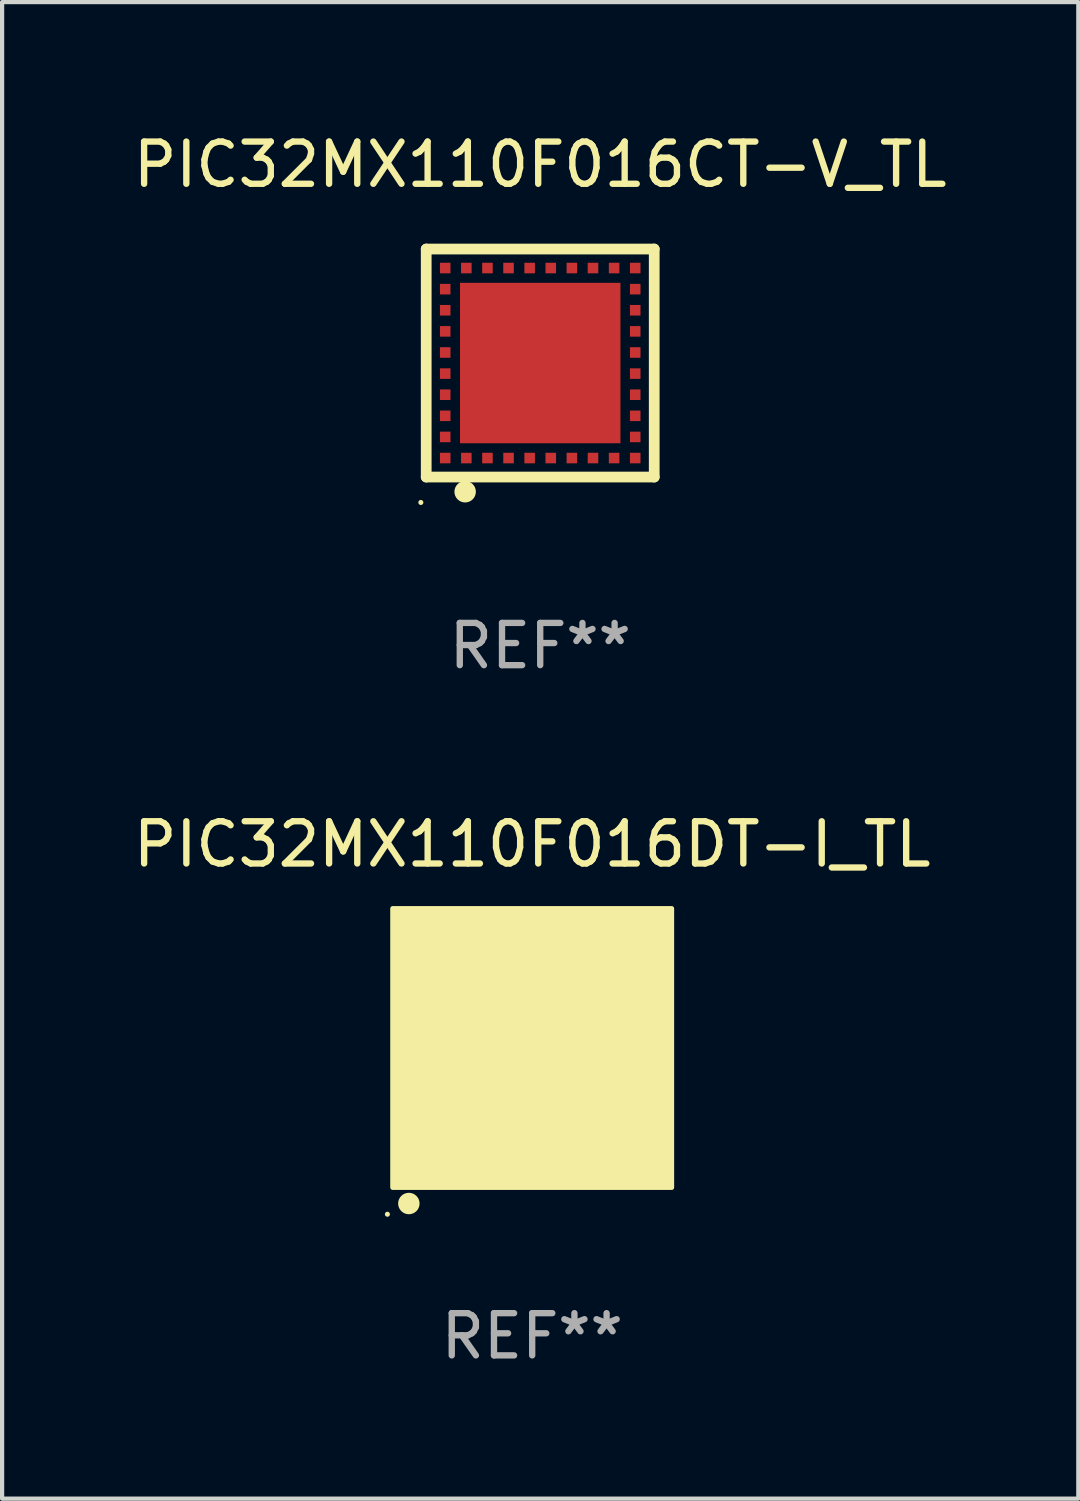
<source format=kicad_pcb>
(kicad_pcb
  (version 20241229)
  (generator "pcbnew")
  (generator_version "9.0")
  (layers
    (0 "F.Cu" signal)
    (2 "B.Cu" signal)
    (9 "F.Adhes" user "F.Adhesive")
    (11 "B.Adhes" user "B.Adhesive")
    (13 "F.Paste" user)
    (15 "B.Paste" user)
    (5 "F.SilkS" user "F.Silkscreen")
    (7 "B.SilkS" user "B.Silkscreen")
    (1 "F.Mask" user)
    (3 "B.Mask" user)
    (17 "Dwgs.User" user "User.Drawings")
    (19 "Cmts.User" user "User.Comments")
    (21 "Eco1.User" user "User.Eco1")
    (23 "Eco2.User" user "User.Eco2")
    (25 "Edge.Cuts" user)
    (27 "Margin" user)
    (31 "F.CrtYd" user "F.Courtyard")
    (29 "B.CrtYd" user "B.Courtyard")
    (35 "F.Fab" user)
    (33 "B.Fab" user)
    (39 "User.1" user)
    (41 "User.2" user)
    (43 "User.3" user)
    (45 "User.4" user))
  (footprint "PIC32MX110F016CT-V_TL"
    (layer "F.Cu")
    (at 9.744 5.548)
    (property "Reference" "PIC32MX110F016CT-V_TL" (at 0 -4.7 0) (layer "F.SilkS") (effects (font (size 1 1) (thickness 0.15))))
    (attr through_hole)
    (fp_line (start -2.7 -2.7) (end 2.7 -2.7) (stroke (width 0.254) (type solid)) (layer "F.SilkS"))
    (fp_line (start -2.7 2.7) (end -2.7 -2.7) (stroke (width 0.254) (type solid)) (layer "F.SilkS"))
    (fp_line (start 2.7 -2.7) (end 2.7 2.7) (stroke (width 0.254) (type solid)) (layer "F.SilkS"))
    (fp_line (start 2.7 2.7) (end -2.7 2.7) (stroke (width 0.254) (type solid)) (layer "F.SilkS"))
    (fp_circle (center -2.827 3.302) (end -2.797 3.302) (stroke (width 0.06) (type solid)) (fill no) (layer "F.SilkS"))
    (fp_circle (center -1.778 3.048) (end -1.651 3.048) (stroke (width 0.254) (type solid)) (fill no) (layer "F.SilkS"))
    (fp_text user "REF**" (at 0 6.7 0) (layer "F.Fab") (effects (font (size 1 1) (thickness 0.15))))
    (pad "1" smd rect (at -1.75 2.25) (size 0.25 0.25) (layers "F.Cu" "F.Mask" "F.Paste"))
    (pad "2" smd rect (at -1.25 2.25) (size 0.25 0.25) (layers "F.Cu" "F.Mask" "F.Paste"))
    (pad "3" smd rect (at -0.75 2.25) (size 0.25 0.25) (layers "F.Cu" "F.Mask" "F.Paste"))
    (pad "4" smd rect (at -0.25 2.25) (size 0.25 0.25) (layers "F.Cu" "F.Mask" "F.Paste"))
    (pad "5" smd rect (at 0.25 2.25) (size 0.25 0.25) (layers "F.Cu" "F.Mask" "F.Paste"))
    (pad "6" smd rect (at 0.75 2.25) (size 0.25 0.25) (layers "F.Cu" "F.Mask" "F.Paste"))
    (pad "7" smd rect (at 1.25 2.25) (size 0.25 0.25) (layers "F.Cu" "F.Mask" "F.Paste"))
    (pad "8" smd rect (at 1.75 2.25) (size 0.25 0.25) (layers "F.Cu" "F.Mask" "F.Paste"))
    (pad "9" smd rect (at 2.25 2.25) (size 0.25 0.25) (layers "F.Cu" "F.Mask" "F.Paste"))
    (pad "10" smd rect (at 2.25 1.75) (size 0.25 0.25) (layers "F.Cu" "F.Mask" "F.Paste"))
    (pad "11" smd rect (at 2.25 1.25) (size 0.25 0.25) (layers "F.Cu" "F.Mask" "F.Paste"))
    (pad "12" smd rect (at 2.25 0.75) (size 0.25 0.25) (layers "F.Cu" "F.Mask" "F.Paste"))
    (pad "13" smd rect (at 2.25 0.25) (size 0.25 0.25) (layers "F.Cu" "F.Mask" "F.Paste"))
    (pad "14" smd rect (at 2.25 -0.25) (size 0.25 0.25) (layers "F.Cu" "F.Mask" "F.Paste"))
    (pad "15" smd rect (at 2.25 -0.75) (size 0.25 0.25) (layers "F.Cu" "F.Mask" "F.Paste"))
    (pad "16" smd rect (at 2.25 -1.25) (size 0.25 0.25) (layers "F.Cu" "F.Mask" "F.Paste"))
    (pad "17" smd rect (at 2.25 -1.75) (size 0.25 0.25) (layers "F.Cu" "F.Mask" "F.Paste"))
    (pad "18" smd rect (at 2.25 -2.25) (size 0.25 0.25) (layers "F.Cu" "F.Mask" "F.Paste"))
    (pad "19" smd rect (at 1.75 -2.25) (size 0.25 0.25) (layers "F.Cu" "F.Mask" "F.Paste"))
    (pad "20" smd rect (at 1.25 -2.25) (size 0.25 0.25) (layers "F.Cu" "F.Mask" "F.Paste"))
    (pad "21" smd rect (at 0.75 -2.25) (size 0.25 0.25) (layers "F.Cu" "F.Mask" "F.Paste"))
    (pad "22" smd rect (at 0.25 -2.25) (size 0.25 0.25) (layers "F.Cu" "F.Mask" "F.Paste"))
    (pad "23" smd rect (at -0.25 -2.25) (size 0.25 0.25) (layers "F.Cu" "F.Mask" "F.Paste"))
    (pad "24" smd rect (at -0.75 -2.25) (size 0.25 0.25) (layers "F.Cu" "F.Mask" "F.Paste"))
    (pad "25" smd rect (at -1.25 -2.25) (size 0.25 0.25) (layers "F.Cu" "F.Mask" "F.Paste"))
    (pad "26" smd rect (at -1.75 -2.25) (size 0.25 0.25) (layers "F.Cu" "F.Mask" "F.Paste"))
    (pad "27" smd rect (at -2.25 -2.25) (size 0.25 0.25) (layers "F.Cu" "F.Mask" "F.Paste"))
    (pad "28" smd rect (at -2.25 -1.75) (size 0.25 0.25) (layers "F.Cu" "F.Mask" "F.Paste"))
    (pad "29" smd rect (at -2.25 -1.25) (size 0.25 0.25) (layers "F.Cu" "F.Mask" "F.Paste"))
    (pad "30" smd rect (at -2.25 -0.75) (size 0.25 0.25) (layers "F.Cu" "F.Mask" "F.Paste"))
    (pad "31" smd rect (at -2.25 -0.25) (size 0.25 0.25) (layers "F.Cu" "F.Mask" "F.Paste"))
    (pad "32" smd rect (at -2.25 0.25) (size 0.25 0.25) (layers "F.Cu" "F.Mask" "F.Paste"))
    (pad "33" smd rect (at -2.25 0.75) (size 0.25 0.25) (layers "F.Cu" "F.Mask" "F.Paste"))
    (pad "34" smd rect (at -2.25 1.25) (size 0.25 0.25) (layers "F.Cu" "F.Mask" "F.Paste"))
    (pad "35" smd rect (at -2.25 1.75) (size 0.25 0.25) (layers "F.Cu" "F.Mask" "F.Paste"))
    (pad "36" smd rect (at -2.25 2.25) (size 0.25 0.25) (layers "F.Cu" "F.Mask" "F.Paste"))
    (pad "37" smd rect (at 0.000127 -0.000076) (size 3.8 3.8) (layers "F.Cu" "F.Mask" "F.Paste")))
  (footprint "PIC32MX110F016DT-I_TL"
    (layer "F.Cu")
    (at 9.554 21.77)
    (property "Reference" "PIC32MX110F016DT-I_TL" (at 0 -4.825 0) (layer "F.SilkS") (effects (font (size 1 1) (thickness 0.15))))
    (attr through_hole)
    (fp_circle (center -3.429 3.937) (end -3.399 3.937) (stroke (width 0.06) (type solid)) (fill no) (layer "F.SilkS"))
    (fp_circle (center -2.921 3.683) (end -2.794 3.683) (stroke (width 0.254) (type solid)) (fill no) (layer "F.SilkS"))
    (fp_poly (pts (xy -3.302 -3.302) (xy 3.302 -3.302) (xy 3.302 3.302) (xy -3.302 3.302)) (stroke (width 0.12) (type solid)) (fill yes) (layer "F.SilkS"))
    (fp_text user "REF**" (at 0 6.825 0) (layer "F.Fab") (effects (font (size 1 1) (thickness 0.15))))
    (pad "1" smd rect (at -2.25 2.825) (size 0.3 0.45) (layers "F.Cu" "F.Mask" "F.Paste"))
    (pad "2" smd rect (at -1.75 2.825) (size 0.3 0.45) (layers "F.Cu" "F.Mask" "F.Paste"))
    (pad "3" smd rect (at -1.25 2.825) (size 0.3 0.45) (layers "F.Cu" "F.Mask" "F.Paste"))
    (pad "4" smd rect (at -0.75 2.825) (size 0.3 0.45) (layers "F.Cu" "F.Mask" "F.Paste"))
    (pad "5" smd rect (at -0.25 2.825) (size 0.3 0.45) (layers "F.Cu" "F.Mask" "F.Paste"))
    (pad "6" smd rect (at 0.25 2.825) (size 0.3 0.45) (layers "F.Cu" "F.Mask" "F.Paste"))
    (pad "7" smd rect (at 0.75 2.825) (size 0.3 0.45) (layers "F.Cu" "F.Mask" "F.Paste"))
    (pad "8" smd rect (at 1.25 2.825) (size 0.3 0.45) (layers "F.Cu" "F.Mask" "F.Paste"))
    (pad "9" smd rect (at 1.75 2.825) (size 0.3 0.45) (layers "F.Cu" "F.Mask" "F.Paste"))
    (pad "10" smd rect (at 2.25 2.825) (size 0.3 0.45) (layers "F.Cu" "F.Mask" "F.Paste"))
    (pad "11" smd rect (at 2.825 2.825 90) (size 0.45 0.45) (layers "F.Cu" "F.Mask" "F.Paste"))
    (pad "12" smd rect (at 2.825 2.25 90) (size 0.3 0.45) (layers "F.Cu" "F.Mask" "F.Paste"))
    (pad "13" smd rect (at 2.825 1.75 90) (size 0.3 0.45) (layers "F.Cu" "F.Mask" "F.Paste"))
    (pad "14" smd rect (at 2.825 1.25 90) (size 0.3 0.45) (layers "F.Cu" "F.Mask" "F.Paste"))
    (pad "15" smd rect (at 2.825 0.75 90) (size 0.3 0.45) (layers "F.Cu" "F.Mask" "F.Paste"))
    (pad "16" smd rect (at 2.825 0.25 90) (size 0.3 0.45) (layers "F.Cu" "F.Mask" "F.Paste"))
    (pad "17" smd rect (at 2.825 -0.25 90) (size 0.3 0.45) (layers "F.Cu" "F.Mask" "F.Paste"))
    (pad "18" smd rect (at 2.825 -0.75 90) (size 0.3 0.45) (layers "F.Cu" "F.Mask" "F.Paste"))
    (pad "19" smd rect (at 2.825 -1.25 90) (size 0.3 0.45) (layers "F.Cu" "F.Mask" "F.Paste"))
    (pad "20" smd rect (at 2.825 -1.75 90) (size 0.3 0.45) (layers "F.Cu" "F.Mask" "F.Paste"))
    (pad "21" smd rect (at 2.825 -2.25 90) (size 0.3 0.45) (layers "F.Cu" "F.Mask" "F.Paste"))
    (pad "22" smd rect (at 2.825 -2.825 90) (size 0.45 0.45) (layers "F.Cu" "F.Mask" "F.Paste"))
    (pad "23" smd rect (at 2.25 -2.825) (size 0.3 0.45) (layers "F.Cu" "F.Mask" "F.Paste"))
    (pad "24" smd rect (at 1.75 -2.825) (size 0.3 0.45) (layers "F.Cu" "F.Mask" "F.Paste"))
    (pad "25" smd rect (at 1.25 -2.825) (size 0.3 0.45) (layers "F.Cu" "F.Mask" "F.Paste"))
    (pad "26" smd rect (at 0.75 -2.825) (size 0.3 0.45) (layers "F.Cu" "F.Mask" "F.Paste"))
    (pad "27" smd rect (at 0.25 -2.825) (size 0.3 0.45) (layers "F.Cu" "F.Mask" "F.Paste"))
    (pad "28" smd rect (at -0.25 -2.825) (size 0.3 0.45) (layers "F.Cu" "F.Mask" "F.Paste"))
    (pad "29" smd rect (at -0.75 -2.825) (size 0.3 0.45) (layers "F.Cu" "F.Mask" "F.Paste"))
    (pad "30" smd rect (at -1.25 -2.825) (size 0.3 0.45) (layers "F.Cu" "F.Mask" "F.Paste"))
    (pad "31" smd rect (at -1.75 -2.825) (size 0.3 0.45) (layers "F.Cu" "F.Mask" "F.Paste"))
    (pad "32" smd rect (at -2.25 -2.825) (size 0.3 0.45) (layers "F.Cu" "F.Mask" "F.Paste"))
    (pad "33" smd rect (at -2.825 -2.825 90) (size 0.45 0.45) (layers "F.Cu" "F.Mask" "F.Paste"))
    (pad "34" smd rect (at -2.825 -2.25 90) (size 0.3 0.45) (layers "F.Cu" "F.Mask" "F.Paste"))
    (pad "35" smd rect (at -2.825 -1.75 90) (size 0.3 0.45) (layers "F.Cu" "F.Mask" "F.Paste"))
    (pad "36" smd rect (at -2.825 -1.25 90) (size 0.3 0.45) (layers "F.Cu" "F.Mask" "F.Paste"))
    (pad "37" smd rect (at -2.825 -0.75 90) (size 0.3 0.45) (layers "F.Cu" "F.Mask" "F.Paste"))
    (pad "38" smd rect (at -2.825 -0.25 90) (size 0.3 0.45) (layers "F.Cu" "F.Mask" "F.Paste"))
    (pad "39" smd rect (at -2.825 0.25 90) (size 0.3 0.45) (layers "F.Cu" "F.Mask" "F.Paste"))
    (pad "40" smd rect (at -2.825 0.75 90) (size 0.3 0.45) (layers "F.Cu" "F.Mask" "F.Paste"))
    (pad "41" smd rect (at -2.825 1.25 90) (size 0.3 0.45) (layers "F.Cu" "F.Mask" "F.Paste"))
    (pad "42" smd rect (at -2.825 1.75 90) (size 0.3 0.45) (layers "F.Cu" "F.Mask" "F.Paste"))
    (pad "43" smd rect (at -2.825 2.25 90) (size 0.3 0.45) (layers "F.Cu" "F.Mask" "F.Paste"))
    (pad "44" smd rect (at -2.825 2.825 90) (size 0.45 0.45) (layers "F.Cu" "F.Mask" "F.Paste"))
    (pad "45" smd rect (at 0 0 90) (size 4.6 4.6) (layers "F.Cu" "F.Mask" "F.Paste")))
  (gr_rect
    (start -3 -3)
    (end 22.488 32.443)
    (stroke (width 0.1) (type default))
    (fill no)
    (layer "Edge.Cuts")))
</source>
